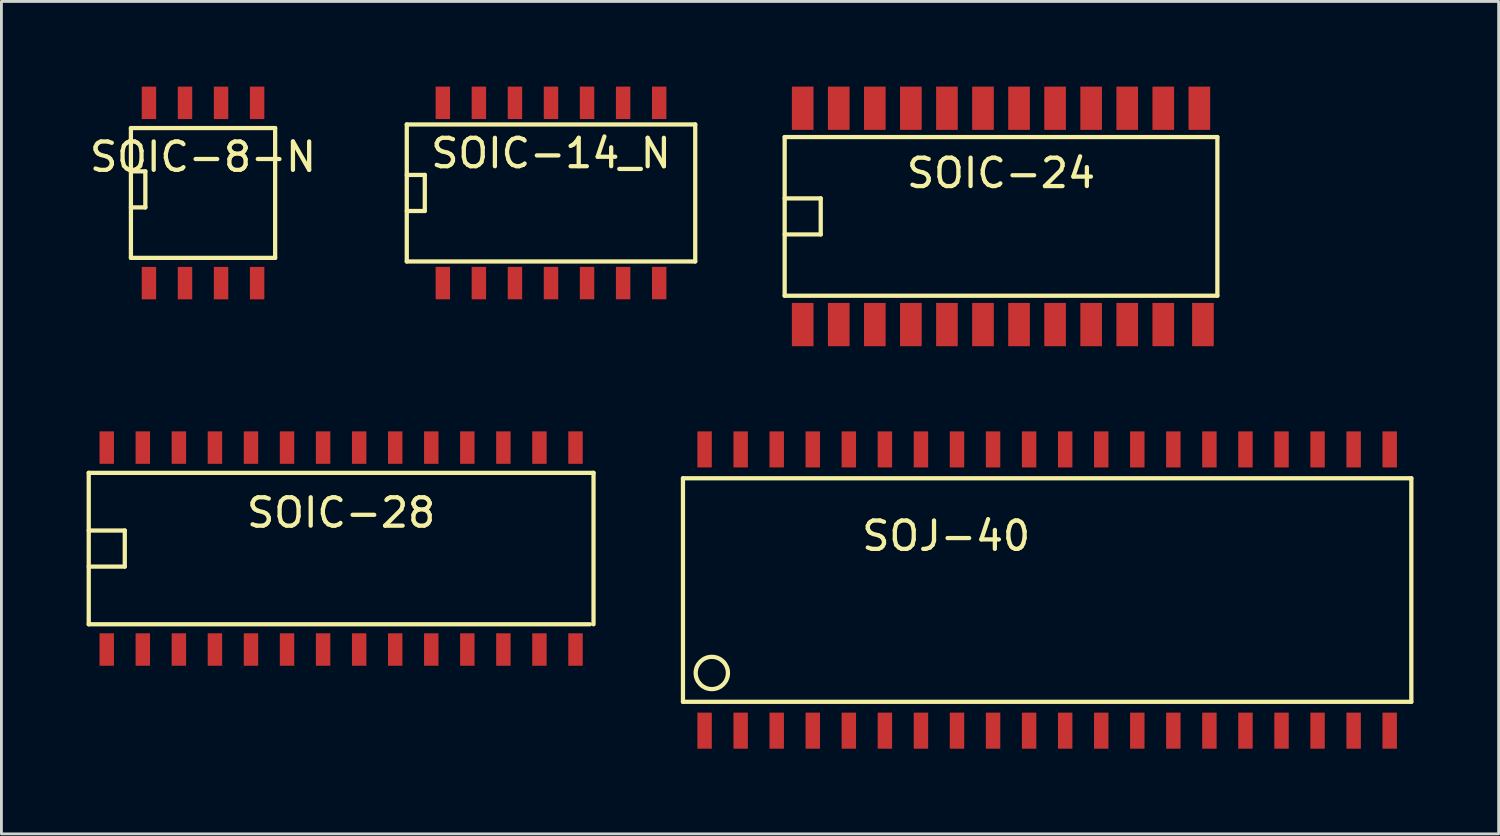
<source format=kicad_pcb>
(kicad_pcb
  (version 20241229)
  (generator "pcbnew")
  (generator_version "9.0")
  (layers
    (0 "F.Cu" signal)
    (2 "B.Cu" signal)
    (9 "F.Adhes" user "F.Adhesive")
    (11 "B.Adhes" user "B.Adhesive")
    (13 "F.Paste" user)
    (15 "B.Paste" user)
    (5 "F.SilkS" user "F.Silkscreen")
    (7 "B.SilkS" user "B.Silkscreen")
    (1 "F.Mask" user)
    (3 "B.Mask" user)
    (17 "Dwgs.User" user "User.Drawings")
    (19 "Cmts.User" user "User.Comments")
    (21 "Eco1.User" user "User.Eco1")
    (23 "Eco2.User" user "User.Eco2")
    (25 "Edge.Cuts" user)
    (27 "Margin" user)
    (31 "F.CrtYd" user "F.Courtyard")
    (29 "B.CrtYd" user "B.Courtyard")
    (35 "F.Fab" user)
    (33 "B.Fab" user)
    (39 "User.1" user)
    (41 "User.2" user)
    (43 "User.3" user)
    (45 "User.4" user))
  (footprint "SOIC-24"
    (layer "F.Cu")
    (at 32.207 4.572)
    (property "Reference" "SOIC-24" (at 0 -1.524 0) (layer "F.SilkS") (effects (font (size 1 1) (thickness 0.15))))
    (attr smd)
    (fp_line (start -7.62 -2.794) (end -7.62 2.794) (stroke (width 0.15) (type solid)) (layer "F.SilkS"))
    (fp_line (start -7.62 -0.635) (end -6.35 -0.635) (stroke (width 0.15) (type solid)) (layer "F.SilkS"))
    (fp_line (start -7.62 2.794) (end 7.62 2.794) (stroke (width 0.15) (type solid)) (layer "F.SilkS"))
    (fp_line (start -6.35 -0.635) (end -6.35 0.635) (stroke (width 0.15) (type solid)) (layer "F.SilkS"))
    (fp_line (start -6.35 0.635) (end -7.62 0.635) (stroke (width 0.15) (type solid)) (layer "F.SilkS"))
    (fp_line (start 7.62 -2.794) (end -7.62 -2.794) (stroke (width 0.15) (type solid)) (layer "F.SilkS"))
    (fp_line (start 7.62 -2.794) (end 7.62 2.794) (stroke (width 0.15) (type solid)) (layer "F.SilkS"))
    (pad "1" smd rect (at -6.985 3.81) (size 0.762 1.524) (layers "F.Cu" "F.Mask" "F.Paste"))
    (pad "2" smd rect (at -5.715 3.81) (size 0.762 1.524) (layers "F.Cu" "F.Mask" "F.Paste"))
    (pad "3" smd rect (at -4.445 3.81) (size 0.762 1.524) (layers "F.Cu" "F.Mask" "F.Paste"))
    (pad "4" smd rect (at -3.175 3.81) (size 0.762 1.524) (layers "F.Cu" "F.Mask" "F.Paste"))
    (pad "5" smd rect (at -1.905 3.81) (size 0.762 1.524) (layers "F.Cu" "F.Mask" "F.Paste"))
    (pad "6" smd rect (at -0.635 3.81) (size 0.762 1.524) (layers "F.Cu" "F.Mask" "F.Paste"))
    (pad "7" smd rect (at 0.635 3.81) (size 0.762 1.524) (layers "F.Cu" "F.Mask" "F.Paste"))
    (pad "8" smd rect (at 1.905 3.81) (size 0.762 1.524) (layers "F.Cu" "F.Mask" "F.Paste"))
    (pad "9" smd rect (at 3.175 3.81) (size 0.762 1.524) (layers "F.Cu" "F.Mask" "F.Paste"))
    (pad "10" smd rect (at 4.445 3.81) (size 0.762 1.524) (layers "F.Cu" "F.Mask" "F.Paste"))
    (pad "11" smd rect (at 5.715 3.81) (size 0.762 1.524) (layers "F.Cu" "F.Mask" "F.Paste"))
    (pad "12" smd rect (at 7.112 3.81) (size 0.762 1.524) (layers "F.Cu" "F.Mask" "F.Paste"))
    (pad "13" smd rect (at 6.985 -3.81) (size 0.762 1.524) (layers "F.Cu" "F.Mask" "F.Paste"))
    (pad "14" smd rect (at 5.715 -3.81) (size 0.762 1.524) (layers "F.Cu" "F.Mask" "F.Paste"))
    (pad "15" smd rect (at 4.445 -3.81) (size 0.762 1.524) (layers "F.Cu" "F.Mask" "F.Paste"))
    (pad "16" smd rect (at 3.175 -3.81) (size 0.762 1.524) (layers "F.Cu" "F.Mask" "F.Paste"))
    (pad "17" smd rect (at 1.905 -3.81) (size 0.762 1.524) (layers "F.Cu" "F.Mask" "F.Paste"))
    (pad "18" smd rect (at 0.635 -3.81) (size 0.762 1.524) (layers "F.Cu" "F.Mask" "F.Paste"))
    (pad "19" smd rect (at -0.635 -3.81) (size 0.762 1.524) (layers "F.Cu" "F.Mask" "F.Paste"))
    (pad "20" smd rect (at -1.905 -3.81) (size 0.762 1.524) (layers "F.Cu" "F.Mask" "F.Paste"))
    (pad "21" smd rect (at -3.175 -3.81) (size 0.762 1.524) (layers "F.Cu" "F.Mask" "F.Paste"))
    (pad "22" smd rect (at -4.445 -3.81) (size 0.762 1.524) (layers "F.Cu" "F.Mask" "F.Paste"))
    (pad "23" smd rect (at -5.715 -3.81) (size 0.762 1.524) (layers "F.Cu" "F.Mask" "F.Paste"))
    (pad "24" smd rect (at -6.985 -3.81) (size 0.762 1.524) (layers "F.Cu" "F.Mask" "F.Paste")))
  (footprint "SOJ-40"
    (layer "F.Cu")
    (at 33.832 17.605)
    (property "Reference" "SOJ-40" (at -3.556 -1.778 0) (layer "F.SilkS") (effects (font (size 1 1) (thickness 0.15))))
    (attr smd)
    (fp_line (start -12.827 -3.81) (end 12.827 -3.81) (stroke (width 0.15) (type solid)) (layer "F.SilkS"))
    (fp_line (start -12.827 4.064) (end -12.827 -3.81) (stroke (width 0.15) (type solid)) (layer "F.SilkS"))
    (fp_line (start 12.827 -3.81) (end 12.827 4.064) (stroke (width 0.15) (type solid)) (layer "F.SilkS"))
    (fp_line (start 12.827 4.064) (end -12.827 4.064) (stroke (width 0.15) (type solid)) (layer "F.SilkS"))
    (fp_circle (center -11.811 3.048) (end -11.303 2.794) (stroke (width 0.15) (type solid)) (fill no) (layer "F.SilkS"))
    (pad "1" smd rect (at -12.065 5.08) (size 0.508 1.27) (layers "F.Cu" "F.Mask" "F.Paste"))
    (pad "2" smd rect (at -10.795 5.08) (size 0.508 1.27) (layers "F.Cu" "F.Mask" "F.Paste"))
    (pad "3" smd rect (at -9.525 5.08) (size 0.508 1.27) (layers "F.Cu" "F.Mask" "F.Paste"))
    (pad "4" smd rect (at -8.255 5.08) (size 0.508 1.27) (layers "F.Cu" "F.Mask" "F.Paste"))
    (pad "5" smd rect (at -6.985 5.08) (size 0.508 1.27) (layers "F.Cu" "F.Mask" "F.Paste"))
    (pad "6" smd rect (at -5.715 5.08) (size 0.508 1.27) (layers "F.Cu" "F.Mask" "F.Paste"))
    (pad "7" smd rect (at -4.445 5.08) (size 0.508 1.27) (layers "F.Cu" "F.Mask" "F.Paste"))
    (pad "8" smd rect (at -3.175 5.08) (size 0.508 1.27) (layers "F.Cu" "F.Mask" "F.Paste"))
    (pad "9" smd rect (at -1.905 5.08) (size 0.508 1.27) (layers "F.Cu" "F.Mask" "F.Paste"))
    (pad "10" smd rect (at -0.635 5.08) (size 0.508 1.27) (layers "F.Cu" "F.Mask" "F.Paste"))
    (pad "11" smd rect (at 0.635 5.08) (size 0.508 1.27) (layers "F.Cu" "F.Mask" "F.Paste"))
    (pad "12" smd rect (at 1.905 5.08) (size 0.508 1.27) (layers "F.Cu" "F.Mask" "F.Paste"))
    (pad "13" smd rect (at 3.175 5.08) (size 0.508 1.27) (layers "F.Cu" "F.Mask" "F.Paste"))
    (pad "14" smd rect (at 4.445 5.08) (size 0.508 1.27) (layers "F.Cu" "F.Mask" "F.Paste"))
    (pad "15" smd rect (at 5.715 5.08) (size 0.508 1.27) (layers "F.Cu" "F.Mask" "F.Paste"))
    (pad "16" smd rect (at 6.985 5.08) (size 0.508 1.27) (layers "F.Cu" "F.Mask" "F.Paste"))
    (pad "17" smd rect (at 8.255 5.08) (size 0.508 1.27) (layers "F.Cu" "F.Mask" "F.Paste"))
    (pad "18" smd rect (at 9.525 5.08) (size 0.508 1.27) (layers "F.Cu" "F.Mask" "F.Paste"))
    (pad "19" smd rect (at 10.795 5.08) (size 0.508 1.27) (layers "F.Cu" "F.Mask" "F.Paste"))
    (pad "20" smd rect (at 12.065 5.08) (size 0.508 1.27) (layers "F.Cu" "F.Mask" "F.Paste"))
    (pad "21" smd rect (at 12.065 -4.826) (size 0.508 1.27) (layers "F.Cu" "F.Mask" "F.Paste"))
    (pad "22" smd rect (at 10.795 -4.826) (size 0.508 1.27) (layers "F.Cu" "F.Mask" "F.Paste"))
    (pad "23" smd rect (at 9.525 -4.826) (size 0.508 1.27) (layers "F.Cu" "F.Mask" "F.Paste"))
    (pad "24" smd rect (at 8.255 -4.826) (size 0.508 1.27) (layers "F.Cu" "F.Mask" "F.Paste"))
    (pad "25" smd rect (at 6.985 -4.826) (size 0.508 1.27) (layers "F.Cu" "F.Mask" "F.Paste"))
    (pad "26" smd rect (at 5.715 -4.826) (size 0.508 1.27) (layers "F.Cu" "F.Mask" "F.Paste"))
    (pad "27" smd rect (at 4.445 -4.826) (size 0.508 1.27) (layers "F.Cu" "F.Mask" "F.Paste"))
    (pad "28" smd rect (at 3.175 -4.826) (size 0.508 1.27) (layers "F.Cu" "F.Mask" "F.Paste"))
    (pad "29" smd rect (at 1.905 -4.826) (size 0.508 1.27) (layers "F.Cu" "F.Mask" "F.Paste"))
    (pad "30" smd rect (at 0.635 -4.826) (size 0.508 1.27) (layers "F.Cu" "F.Mask" "F.Paste"))
    (pad "31" smd rect (at -0.635 -4.826) (size 0.508 1.27) (layers "F.Cu" "F.Mask" "F.Paste"))
    (pad "32" smd rect (at -1.905 -4.826) (size 0.508 1.27) (layers "F.Cu" "F.Mask" "F.Paste"))
    (pad "33" smd rect (at -3.175 -4.826) (size 0.508 1.27) (layers "F.Cu" "F.Mask" "F.Paste"))
    (pad "34" smd rect (at -4.445 -4.826) (size 0.508 1.27) (layers "F.Cu" "F.Mask" "F.Paste"))
    (pad "35" smd rect (at -5.715 -4.826) (size 0.508 1.27) (layers "F.Cu" "F.Mask" "F.Paste"))
    (pad "36" smd rect (at -6.985 -4.826) (size 0.508 1.27) (layers "F.Cu" "F.Mask" "F.Paste"))
    (pad "37" smd rect (at -8.255 -4.826) (size 0.508 1.27) (layers "F.Cu" "F.Mask" "F.Paste"))
    (pad "38" smd rect (at -9.525 -4.826) (size 0.508 1.27) (layers "F.Cu" "F.Mask" "F.Paste"))
    (pad "39" smd rect (at -10.795 -4.826) (size 0.508 1.27) (layers "F.Cu" "F.Mask" "F.Paste"))
    (pad "40" smd rect (at -12.065 -4.826) (size 0.508 1.27) (layers "F.Cu" "F.Mask" "F.Paste")))
  (footprint "SOIC-8-N"
    (layer "F.Cu")
    (at 4.101 3.747)
    (property "Reference" "SOIC-8-N" (at 0 -1.27 0) (layer "F.SilkS") (effects (font (size 1 1) (thickness 0.15))))
    (attr smd)
    (fp_line (start -2.54 -2.286) (end 2.54 -2.286) (stroke (width 0.15) (type solid)) (layer "F.SilkS"))
    (fp_line (start -2.54 -0.762) (end -2.032 -0.762) (stroke (width 0.15) (type solid)) (layer "F.SilkS"))
    (fp_line (start -2.54 2.286) (end -2.54 -2.286) (stroke (width 0.15) (type solid)) (layer "F.SilkS"))
    (fp_line (start -2.032 -0.762) (end -2.032 0.508) (stroke (width 0.15) (type solid)) (layer "F.SilkS"))
    (fp_line (start -2.032 0.508) (end -2.54 0.508) (stroke (width 0.15) (type solid)) (layer "F.SilkS"))
    (fp_line (start 2.54 -2.286) (end 2.54 2.286) (stroke (width 0.15) (type solid)) (layer "F.SilkS"))
    (fp_line (start 2.54 2.286) (end -2.54 2.286) (stroke (width 0.15) (type solid)) (layer "F.SilkS"))
    (pad "1" smd rect (at -1.905 3.175) (size 0.508 1.143) (layers "F.Cu" "F.Mask" "F.Paste"))
    (pad "2" smd rect (at -0.635 3.175) (size 0.508 1.143) (layers "F.Cu" "F.Mask" "F.Paste"))
    (pad "3" smd rect (at 0.635 3.175) (size 0.508 1.143) (layers "F.Cu" "F.Mask" "F.Paste"))
    (pad "4" smd rect (at 1.905 3.175) (size 0.508 1.143) (layers "F.Cu" "F.Mask" "F.Paste"))
    (pad "5" smd rect (at 1.905 -3.175) (size 0.508 1.143) (layers "F.Cu" "F.Mask" "F.Paste"))
    (pad "6" smd rect (at 0.635 -3.175) (size 0.508 1.143) (layers "F.Cu" "F.Mask" "F.Paste"))
    (pad "7" smd rect (at -0.635 -3.175) (size 0.508 1.143) (layers "F.Cu" "F.Mask" "F.Paste"))
    (pad "8" smd rect (at -1.905 -3.175) (size 0.508 1.143) (layers "F.Cu" "F.Mask" "F.Paste")))
  (footprint "SOIC-28"
    (layer "F.Cu")
    (at 8.965 16.271)
    (property "Reference" "SOIC-28" (at 0 -1.262 0) (layer "F.SilkS") (effects (font (size 1 1) (thickness 0.15))))
    (attr smd)
    (fp_line (start -8.89 -2.667) (end -8.89 2.667) (stroke (width 0.15) (type solid)) (layer "F.SilkS"))
    (fp_line (start -8.89 -2.667) (end 8.89 -2.667) (stroke (width 0.15) (type solid)) (layer "F.SilkS"))
    (fp_line (start -8.89 -0.635) (end -7.62 -0.635) (stroke (width 0.15) (type solid)) (layer "F.SilkS"))
    (fp_line (start -7.62 -0.635) (end -7.62 0.635) (stroke (width 0.15) (type solid)) (layer "F.SilkS"))
    (fp_line (start -7.62 0.635) (end -8.89 0.635) (stroke (width 0.15) (type solid)) (layer "F.SilkS"))
    (fp_line (start 8.763 2.667) (end -8.89 2.667) (stroke (width 0.15) (type solid)) (layer "F.SilkS"))
    (fp_line (start 8.89 2.667) (end 8.89 -2.667) (stroke (width 0.15) (type solid)) (layer "F.SilkS"))
    (pad "1" smd rect (at -8.255 3.556) (size 0.508 1.143) (layers "F.Cu" "F.Mask" "F.Paste"))
    (pad "2" smd rect (at -6.985 3.556) (size 0.508 1.143) (layers "F.Cu" "F.Mask" "F.Paste"))
    (pad "3" smd rect (at -5.715 3.556) (size 0.508 1.143) (layers "F.Cu" "F.Mask" "F.Paste"))
    (pad "4" smd rect (at -4.445 3.556) (size 0.508 1.143) (layers "F.Cu" "F.Mask" "F.Paste"))
    (pad "5" smd rect (at -3.175 3.556) (size 0.508 1.143) (layers "F.Cu" "F.Mask" "F.Paste"))
    (pad "6" smd rect (at -1.905 3.556) (size 0.508 1.143) (layers "F.Cu" "F.Mask" "F.Paste"))
    (pad "7" smd rect (at -0.635 3.556) (size 0.508 1.143) (layers "F.Cu" "F.Mask" "F.Paste"))
    (pad "8" smd rect (at 0.635 3.556) (size 0.508 1.143) (layers "F.Cu" "F.Mask" "F.Paste"))
    (pad "9" smd rect (at 1.905 3.556) (size 0.508 1.143) (layers "F.Cu" "F.Mask" "F.Paste"))
    (pad "10" smd rect (at 3.175 3.556) (size 0.508 1.143) (layers "F.Cu" "F.Mask" "F.Paste"))
    (pad "11" smd rect (at 4.445 3.556) (size 0.508 1.143) (layers "F.Cu" "F.Mask" "F.Paste"))
    (pad "12" smd rect (at 5.715 3.556) (size 0.508 1.143) (layers "F.Cu" "F.Mask" "F.Paste"))
    (pad "13" smd rect (at 6.985 3.556) (size 0.508 1.143) (layers "F.Cu" "F.Mask" "F.Paste"))
    (pad "14" smd rect (at 8.255 3.556) (size 0.508 1.143) (layers "F.Cu" "F.Mask" "F.Paste"))
    (pad "15" smd rect (at 8.255 -3.556) (size 0.508 1.143) (layers "F.Cu" "F.Mask" "F.Paste"))
    (pad "16" smd rect (at 6.985 -3.556) (size 0.508 1.143) (layers "F.Cu" "F.Mask" "F.Paste"))
    (pad "17" smd rect (at 5.715 -3.556) (size 0.508 1.143) (layers "F.Cu" "F.Mask" "F.Paste"))
    (pad "18" smd rect (at 4.445 -3.556) (size 0.508 1.143) (layers "F.Cu" "F.Mask" "F.Paste"))
    (pad "19" smd rect (at 3.175 -3.556) (size 0.508 1.143) (layers "F.Cu" "F.Mask" "F.Paste"))
    (pad "20" smd rect (at 1.905 -3.556) (size 0.508 1.143) (layers "F.Cu" "F.Mask" "F.Paste"))
    (pad "21" smd rect (at 0.635 -3.556) (size 0.508 1.143) (layers "F.Cu" "F.Mask" "F.Paste"))
    (pad "22" smd rect (at -0.635 -3.556) (size 0.508 1.143) (layers "F.Cu" "F.Mask" "F.Paste"))
    (pad "23" smd rect (at -1.905 -3.556) (size 0.508 1.143) (layers "F.Cu" "F.Mask" "F.Paste"))
    (pad "24" smd rect (at -3.175 -3.556) (size 0.508 1.143) (layers "F.Cu" "F.Mask" "F.Paste"))
    (pad "25" smd rect (at -4.445 -3.556) (size 0.508 1.143) (layers "F.Cu" "F.Mask" "F.Paste"))
    (pad "26" smd rect (at -5.715 -3.556) (size 0.508 1.143) (layers "F.Cu" "F.Mask" "F.Paste"))
    (pad "27" smd rect (at -6.985 -3.556) (size 0.508 1.143) (layers "F.Cu" "F.Mask" "F.Paste"))
    (pad "28" smd rect (at -8.255 -3.556) (size 0.508 1.143) (layers "F.Cu" "F.Mask" "F.Paste")))
  (footprint "SOIC-14_N"
    (layer "F.Cu")
    (at 16.357 3.619)
    (property "Reference" "SOIC-14_N" (at 0 -1.27 0) (layer "F.SilkS") (effects (font (size 1 1) (thickness 0.15))))
    (attr smd)
    (fp_line (start -5.08 -2.286) (end 5.08 -2.286) (stroke (width 0.15) (type solid)) (layer "F.SilkS"))
    (fp_line (start -5.08 -0.508) (end -4.445 -0.508) (stroke (width 0.15) (type solid)) (layer "F.SilkS"))
    (fp_line (start -5.08 2.54) (end -5.08 -2.286) (stroke (width 0.15) (type solid)) (layer "F.SilkS"))
    (fp_line (start -4.445 -0.508) (end -4.445 0.762) (stroke (width 0.15) (type solid)) (layer "F.SilkS"))
    (fp_line (start -4.445 0.762) (end -5.08 0.762) (stroke (width 0.15) (type solid)) (layer "F.SilkS"))
    (fp_line (start 5.08 -2.286) (end 5.08 2.54) (stroke (width 0.15) (type solid)) (layer "F.SilkS"))
    (fp_line (start 5.08 2.54) (end -5.08 2.54) (stroke (width 0.15) (type solid)) (layer "F.SilkS"))
    (pad "1" smd rect (at -3.81 3.302) (size 0.508 1.143) (layers "F.Cu" "F.Mask" "F.Paste"))
    (pad "2" smd rect (at -2.54 3.302) (size 0.508 1.143) (layers "F.Cu" "F.Mask" "F.Paste"))
    (pad "3" smd rect (at -1.27 3.302) (size 0.508 1.143) (layers "F.Cu" "F.Mask" "F.Paste"))
    (pad "4" smd rect (at 0 3.302) (size 0.508 1.143) (layers "F.Cu" "F.Mask" "F.Paste"))
    (pad "5" smd rect (at 1.27 3.302) (size 0.508 1.143) (layers "F.Cu" "F.Mask" "F.Paste"))
    (pad "6" smd rect (at 2.54 3.302) (size 0.508 1.143) (layers "F.Cu" "F.Mask" "F.Paste"))
    (pad "7" smd rect (at 3.81 3.302) (size 0.508 1.143) (layers "F.Cu" "F.Mask" "F.Paste"))
    (pad "8" smd rect (at 3.81 -3.048) (size 0.508 1.143) (layers "F.Cu" "F.Mask" "F.Paste"))
    (pad "9" smd rect (at 2.54 -3.048) (size 0.508 1.143) (layers "F.Cu" "F.Mask" "F.Paste"))
    (pad "10" smd rect (at 1.27 -3.048) (size 0.508 1.143) (layers "F.Cu" "F.Mask" "F.Paste"))
    (pad "11" smd rect (at 0 -3.048) (size 0.508 1.143) (layers "F.Cu" "F.Mask" "F.Paste"))
    (pad "12" smd rect (at -1.27 -3.048) (size 0.508 1.143) (layers "F.Cu" "F.Mask" "F.Paste"))
    (pad "13" smd rect (at -2.54 -3.048) (size 0.508 1.143) (layers "F.Cu" "F.Mask" "F.Paste"))
    (pad "14" smd rect (at -3.81 -3.048) (size 0.508 1.143) (layers "F.Cu" "F.Mask" "F.Paste")))
  (gr_rect
    (start -3 -3)
    (end 49.734 26.32)
    (stroke (width 0.1) (type default))
    (fill no)
    (layer "Edge.Cuts")))
</source>
